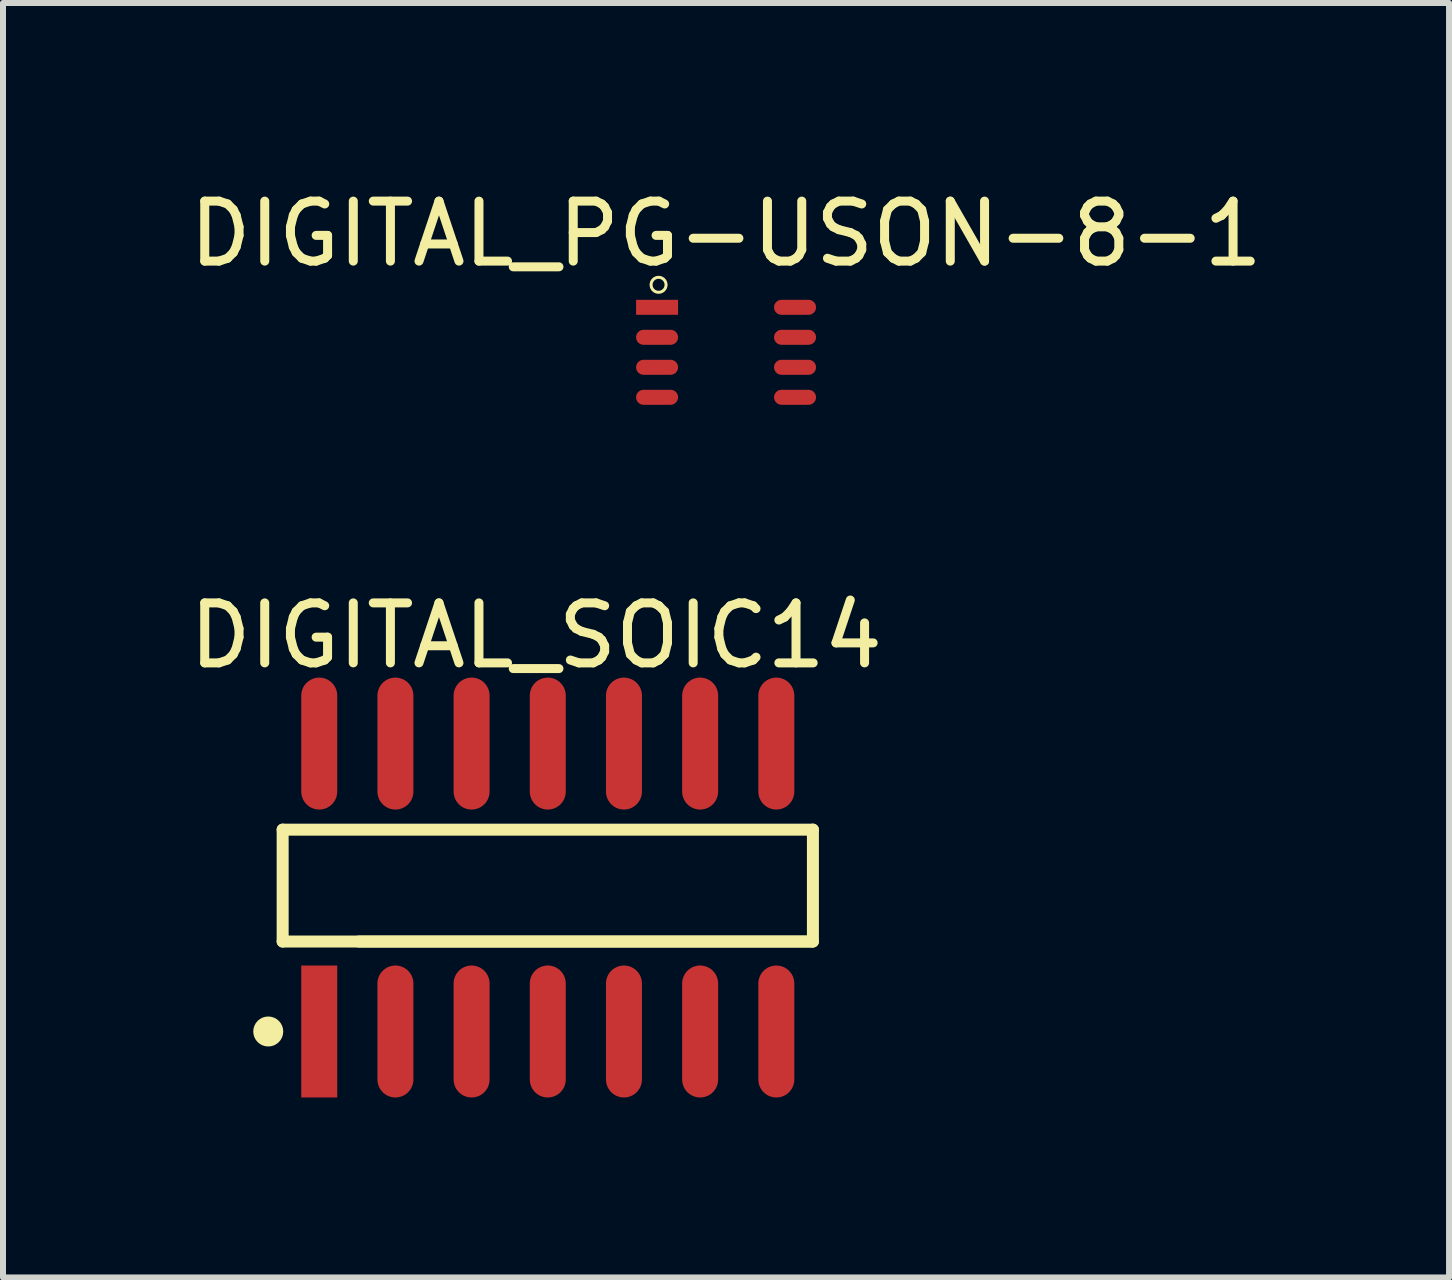
<source format=kicad_pcb>
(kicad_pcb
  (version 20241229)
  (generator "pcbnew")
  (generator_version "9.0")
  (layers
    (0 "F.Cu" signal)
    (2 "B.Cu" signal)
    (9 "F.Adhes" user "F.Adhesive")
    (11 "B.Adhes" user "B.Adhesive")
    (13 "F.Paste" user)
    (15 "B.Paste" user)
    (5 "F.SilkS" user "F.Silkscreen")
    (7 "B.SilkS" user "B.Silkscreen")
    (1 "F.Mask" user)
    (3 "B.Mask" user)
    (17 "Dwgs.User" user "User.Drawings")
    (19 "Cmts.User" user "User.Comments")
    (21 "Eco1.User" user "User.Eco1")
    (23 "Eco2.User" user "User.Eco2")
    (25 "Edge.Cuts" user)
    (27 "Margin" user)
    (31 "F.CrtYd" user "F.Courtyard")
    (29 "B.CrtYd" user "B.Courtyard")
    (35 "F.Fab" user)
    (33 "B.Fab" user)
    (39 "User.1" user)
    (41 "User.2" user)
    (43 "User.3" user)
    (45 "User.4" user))
  (footprint "DIGITAL_PG-USON-8-1"
    (layer "F.Cu")
    (at 9.054 2.823)
    (property "Reference" "DIGITAL_PG-USON-8-1" (at 0 -1.975 0) (layer "F.SilkS") (effects (font (size 1 1) (thickness 0.15))))
    (fp_circle (center -1.125 -1.125) (end -1.125 -1.25) (stroke (width 0.05) (type solid)) (fill no) (layer "F.SilkS"))
    (pad "1" smd rect (at -1.15 -0.75 90) (size 0.25 0.7) (layers "F.Cu" "F.Mask" "F.Paste"))
    (pad "2" smd oval (at -1.15 -0.25 90) (size 0.25 0.7) (layers "F.Cu" "F.Mask" "F.Paste"))
    (pad "3" smd oval (at -1.15 0.25 90) (size 0.25 0.7) (layers "F.Cu" "F.Mask" "F.Paste"))
    (pad "4" smd oval (at -1.15 0.75 90) (size 0.25 0.7) (layers "F.Cu" "F.Mask" "F.Paste"))
    (pad "5" smd oval (at 1.15 0.75 90) (size 0.25 0.7) (layers "F.Cu" "F.Mask" "F.Paste"))
    (pad "6" smd oval (at 1.15 0.25 90) (size 0.25 0.7) (layers "F.Cu" "F.Mask" "F.Paste"))
    (pad "7" smd oval (at 1.15 -0.25 90) (size 0.25 0.7) (layers "F.Cu" "F.Mask" "F.Paste"))
    (pad "8" smd oval (at 1.15 -0.75 90) (size 0.25 0.7) (layers "F.Cu" "F.Mask" "F.Paste")))
  (footprint "DIGITAL_SOIC14"
    (layer "F.Cu")
    (at 6.082 11.746)
    (property "Reference" "DIGITAL_SOIC14" (at -0.195 -4.2 0) (layer "F.SilkS") (effects (font (size 1 1) (thickness 0.15))))
    (fp_line (start -4.42 -0.965) (end 4.42 -0.965) (stroke (width 0.2) (type solid)) (layer "F.SilkS"))
    (fp_line (start -4.42 0.9) (end -4.42 -0.965) (stroke (width 0.2) (type solid)) (layer "F.SilkS"))
    (fp_line (start -4.42 0.9) (end 4.4 0.9) (stroke (width 0.2) (type solid)) (layer "F.SilkS"))
    (fp_line (start -3.15 0.9) (end 4.42 0.9) (stroke (width 0.2) (type solid)) (layer "F.SilkS"))
    (fp_line (start 4.42 0.9) (end 4.42 -0.965) (stroke (width 0.2) (type solid)) (layer "F.SilkS"))
    (fp_circle (center -4.66 2.4) (end -4.66 2.275) (stroke (width 0.25) (type solid)) (fill no) (layer "F.SilkS"))
    (fp_line (start -0.5 0) (end 0.5 0) (stroke (width 0.1) (type solid)) (layer "Eco2.User"))
    (fp_line (start 0 0.5) (end 0 -0.5) (stroke (width 0.1) (type solid)) (layer "Eco2.User"))
    (pad "1" smd rect (at -3.81 2.4 180) (size 0.6 2.2) (layers "F.Cu" "F.Mask" "F.Paste"))
    (pad "2" smd oval (at -2.54 2.4 180) (size 0.6 2.2) (layers "F.Cu" "F.Mask" "F.Paste"))
    (pad "3" smd oval (at -1.27 2.4 180) (size 0.6 2.2) (layers "F.Cu" "F.Mask" "F.Paste"))
    (pad "4" smd oval (at 0 2.4 180) (size 0.6 2.2) (layers "F.Cu" "F.Mask" "F.Paste"))
    (pad "5" smd oval (at 1.27 2.4 180) (size 0.6 2.2) (layers "F.Cu" "F.Mask" "F.Paste"))
    (pad "6" smd oval (at 2.54 2.4 180) (size 0.6 2.2) (layers "F.Cu" "F.Mask" "F.Paste"))
    (pad "7" smd oval (at 3.81 2.4 180) (size 0.6 2.2) (layers "F.Cu" "F.Mask" "F.Paste"))
    (pad "8" smd oval (at 3.81 -2.4 180) (size 0.6 2.2) (layers "F.Cu" "F.Mask" "F.Paste"))
    (pad "9" smd oval (at 2.54 -2.4 180) (size 0.6 2.2) (layers "F.Cu" "F.Mask" "F.Paste"))
    (pad "10" smd oval (at 1.27 -2.4 180) (size 0.6 2.2) (layers "F.Cu" "F.Mask" "F.Paste"))
    (pad "11" smd oval (at 0 -2.4 180) (size 0.6 2.2) (layers "F.Cu" "F.Mask" "F.Paste"))
    (pad "12" smd oval (at -1.27 -2.4 180) (size 0.6 2.2) (layers "F.Cu" "F.Mask" "F.Paste"))
    (pad "13" smd oval (at -2.54 -2.4 180) (size 0.6 2.2) (layers "F.Cu" "F.Mask" "F.Paste"))
    (pad "14" smd oval (at -3.81 -2.4 180) (size 0.6 2.2) (layers "F.Cu" "F.Mask" "F.Paste")))
  (gr_rect
    (start -3 -3)
    (end 21.107 18.246)
    (stroke (width 0.1) (type default))
    (fill no)
    (layer "Edge.Cuts")))
</source>
